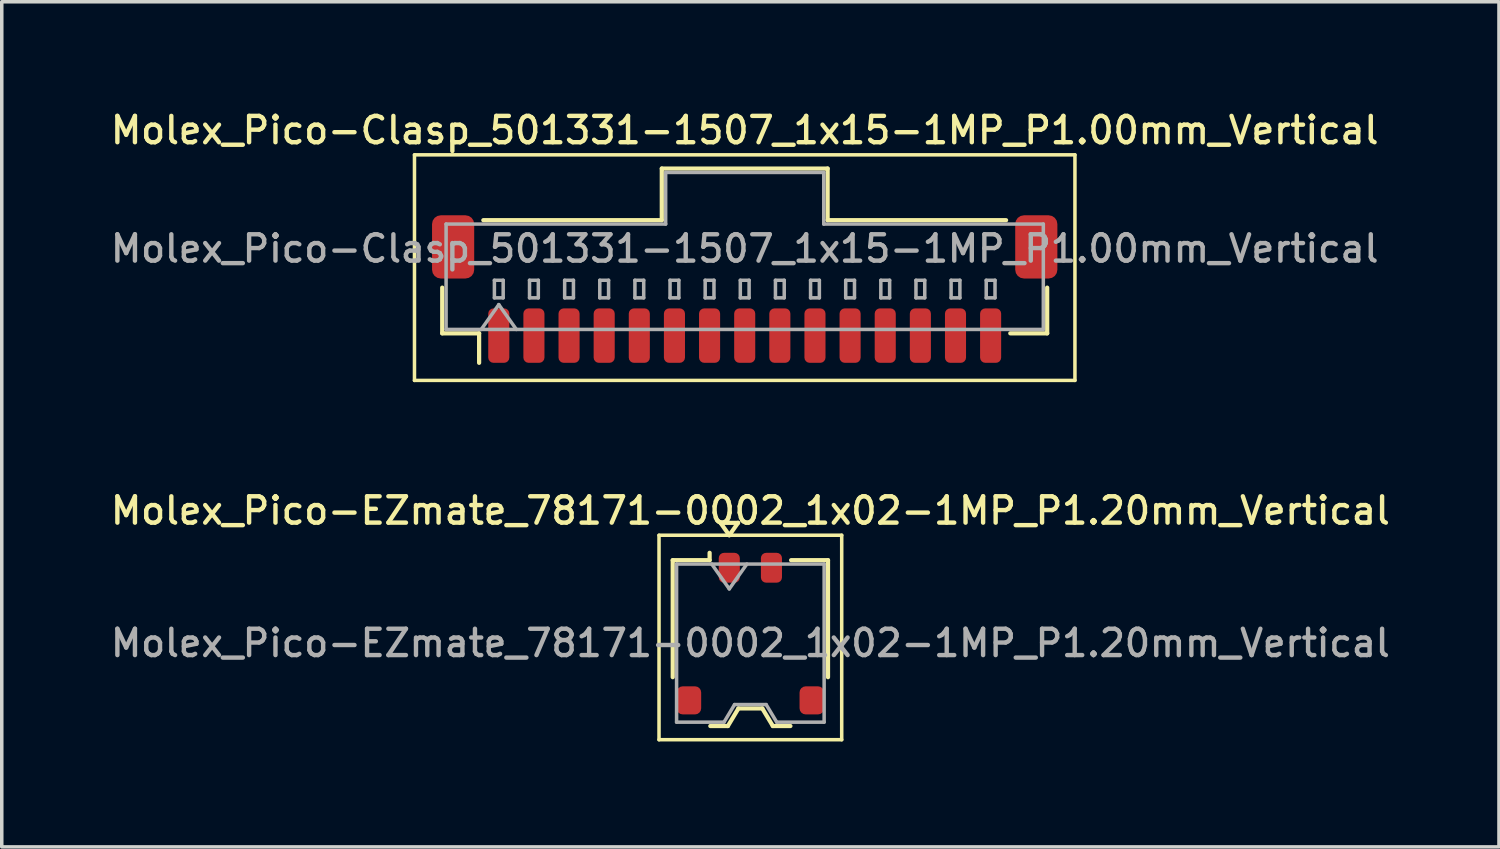
<source format=kicad_pcb>
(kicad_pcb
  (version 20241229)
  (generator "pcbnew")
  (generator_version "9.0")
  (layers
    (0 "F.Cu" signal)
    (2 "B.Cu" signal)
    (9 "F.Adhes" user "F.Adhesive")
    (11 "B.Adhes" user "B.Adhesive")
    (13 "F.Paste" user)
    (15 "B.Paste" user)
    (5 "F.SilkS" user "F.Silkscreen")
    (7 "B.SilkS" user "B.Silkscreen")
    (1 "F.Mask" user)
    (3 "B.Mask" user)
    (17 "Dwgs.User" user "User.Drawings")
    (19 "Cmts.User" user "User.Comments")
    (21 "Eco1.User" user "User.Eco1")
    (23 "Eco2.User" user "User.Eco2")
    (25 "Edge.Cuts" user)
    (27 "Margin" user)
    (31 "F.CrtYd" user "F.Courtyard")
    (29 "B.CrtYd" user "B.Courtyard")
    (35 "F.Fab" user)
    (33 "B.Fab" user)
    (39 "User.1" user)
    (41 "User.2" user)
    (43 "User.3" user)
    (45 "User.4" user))
  (footprint "Molex_Pico-Clasp_501331-1507_1x15-1MP_P1.00mm_Vertical"
    (layer "F.Cu")
    (at 18.148 5.178)
    (property "Reference" "Molex_Pico-Clasp_501331-1507_1x15-1MP_P1.00mm_Vertical" (at 0 -4.52 0) (layer "F.SilkS") (effects (font (size 0.75 0.75) (thickness 0.125))))
    (attr smd)
    (fp_line (start -9.4 -3.82) (end -9.4 2.6) (stroke (width 0.1) (type solid)) (layer "F.SilkS"))
    (fp_line (start -9.4 2.6) (end 9.4 2.6) (stroke (width 0.1) (type solid)) (layer "F.SilkS"))
    (fp_line (start -8.61 -0.04) (end -8.61 1.26) (stroke (width 0.12) (type solid)) (layer "F.SilkS"))
    (fp_line (start -8.61 1.26) (end -7.56 1.26) (stroke (width 0.12) (type solid)) (layer "F.SilkS"))
    (fp_line (start -7.56 1.26) (end -7.56 2.1) (stroke (width 0.12) (type solid)) (layer "F.SilkS"))
    (fp_line (start -7.44 -1.96) (end -2.36 -1.96) (stroke (width 0.12) (type solid)) (layer "F.SilkS"))
    (fp_line (start -2.36 -3.43) (end 2.36 -3.43) (stroke (width 0.12) (type solid)) (layer "F.SilkS"))
    (fp_line (start -2.36 -1.96) (end -2.36 -3.43) (stroke (width 0.12) (type solid)) (layer "F.SilkS"))
    (fp_line (start 2.36 -3.43) (end 2.36 -1.96) (stroke (width 0.12) (type solid)) (layer "F.SilkS"))
    (fp_line (start 2.36 -1.96) (end 7.44 -1.96) (stroke (width 0.12) (type solid)) (layer "F.SilkS"))
    (fp_line (start 8.61 -0.04) (end 8.61 1.26) (stroke (width 0.12) (type solid)) (layer "F.SilkS"))
    (fp_line (start 8.61 1.26) (end 7.56 1.26) (stroke (width 0.12) (type solid)) (layer "F.SilkS"))
    (fp_line (start 9.4 -3.82) (end -9.4 -3.82) (stroke (width 0.1) (type solid)) (layer "F.SilkS"))
    (fp_line (start 9.4 2.6) (end 9.4 -3.82) (stroke (width 0.1) (type solid)) (layer "F.SilkS"))
    (fp_line (start -8.5 -1.85) (end -2.25 -1.85) (stroke (width 0.1) (type solid)) (layer "F.Fab"))
    (fp_line (start -8.5 1.15) (end -8.5 -1.85) (stroke (width 0.1) (type solid)) (layer "F.Fab"))
    (fp_line (start -8.5 1.15) (end 8.5 1.15) (stroke (width 0.1) (type solid)) (layer "F.Fab"))
    (fp_line (start -7.5 1.15) (end -7 0.443) (stroke (width 0.1) (type solid)) (layer "F.Fab"))
    (fp_line (start -7.125 -0.25) (end -7.125 0.25) (stroke (width 0.1) (type solid)) (layer "F.Fab"))
    (fp_line (start -7.125 0.25) (end -6.875 0.25) (stroke (width 0.1) (type solid)) (layer "F.Fab"))
    (fp_line (start -7 0.443) (end -6.5 1.15) (stroke (width 0.1) (type solid)) (layer "F.Fab"))
    (fp_line (start -6.875 -0.25) (end -7.125 -0.25) (stroke (width 0.1) (type solid)) (layer "F.Fab"))
    (fp_line (start -6.875 0.25) (end -6.875 -0.25) (stroke (width 0.1) (type solid)) (layer "F.Fab"))
    (fp_line (start -6.125 -0.25) (end -6.125 0.25) (stroke (width 0.1) (type solid)) (layer "F.Fab"))
    (fp_line (start -6.125 0.25) (end -5.875 0.25) (stroke (width 0.1) (type solid)) (layer "F.Fab"))
    (fp_line (start -5.875 -0.25) (end -6.125 -0.25) (stroke (width 0.1) (type solid)) (layer "F.Fab"))
    (fp_line (start -5.875 0.25) (end -5.875 -0.25) (stroke (width 0.1) (type solid)) (layer "F.Fab"))
    (fp_line (start -5.125 -0.25) (end -5.125 0.25) (stroke (width 0.1) (type solid)) (layer "F.Fab"))
    (fp_line (start -5.125 0.25) (end -4.875 0.25) (stroke (width 0.1) (type solid)) (layer "F.Fab"))
    (fp_line (start -4.875 -0.25) (end -5.125 -0.25) (stroke (width 0.1) (type solid)) (layer "F.Fab"))
    (fp_line (start -4.875 0.25) (end -4.875 -0.25) (stroke (width 0.1) (type solid)) (layer "F.Fab"))
    (fp_line (start -4.125 -0.25) (end -4.125 0.25) (stroke (width 0.1) (type solid)) (layer "F.Fab"))
    (fp_line (start -4.125 0.25) (end -3.875 0.25) (stroke (width 0.1) (type solid)) (layer "F.Fab"))
    (fp_line (start -3.875 -0.25) (end -4.125 -0.25) (stroke (width 0.1) (type solid)) (layer "F.Fab"))
    (fp_line (start -3.875 0.25) (end -3.875 -0.25) (stroke (width 0.1) (type solid)) (layer "F.Fab"))
    (fp_line (start -3.125 -0.25) (end -3.125 0.25) (stroke (width 0.1) (type solid)) (layer "F.Fab"))
    (fp_line (start -3.125 0.25) (end -2.875 0.25) (stroke (width 0.1) (type solid)) (layer "F.Fab"))
    (fp_line (start -2.875 -0.25) (end -3.125 -0.25) (stroke (width 0.1) (type solid)) (layer "F.Fab"))
    (fp_line (start -2.875 0.25) (end -2.875 -0.25) (stroke (width 0.1) (type solid)) (layer "F.Fab"))
    (fp_line (start -2.25 -3.32) (end 2.25 -3.32) (stroke (width 0.1) (type solid)) (layer "F.Fab"))
    (fp_line (start -2.25 -1.85) (end -2.25 -3.32) (stroke (width 0.1) (type solid)) (layer "F.Fab"))
    (fp_line (start -2.125 -0.25) (end -2.125 0.25) (stroke (width 0.1) (type solid)) (layer "F.Fab"))
    (fp_line (start -2.125 0.25) (end -1.875 0.25) (stroke (width 0.1) (type solid)) (layer "F.Fab"))
    (fp_line (start -1.875 -0.25) (end -2.125 -0.25) (stroke (width 0.1) (type solid)) (layer "F.Fab"))
    (fp_line (start -1.875 0.25) (end -1.875 -0.25) (stroke (width 0.1) (type solid)) (layer "F.Fab"))
    (fp_line (start -1.125 -0.25) (end -1.125 0.25) (stroke (width 0.1) (type solid)) (layer "F.Fab"))
    (fp_line (start -1.125 0.25) (end -0.875 0.25) (stroke (width 0.1) (type solid)) (layer "F.Fab"))
    (fp_line (start -0.875 -0.25) (end -1.125 -0.25) (stroke (width 0.1) (type solid)) (layer "F.Fab"))
    (fp_line (start -0.875 0.25) (end -0.875 -0.25) (stroke (width 0.1) (type solid)) (layer "F.Fab"))
    (fp_line (start -0.125 -0.25) (end -0.125 0.25) (stroke (width 0.1) (type solid)) (layer "F.Fab"))
    (fp_line (start -0.125 0.25) (end 0.125 0.25) (stroke (width 0.1) (type solid)) (layer "F.Fab"))
    (fp_line (start 0.125 -0.25) (end -0.125 -0.25) (stroke (width 0.1) (type solid)) (layer "F.Fab"))
    (fp_line (start 0.125 0.25) (end 0.125 -0.25) (stroke (width 0.1) (type solid)) (layer "F.Fab"))
    (fp_line (start 0.875 -0.25) (end 0.875 0.25) (stroke (width 0.1) (type solid)) (layer "F.Fab"))
    (fp_line (start 0.875 0.25) (end 1.125 0.25) (stroke (width 0.1) (type solid)) (layer "F.Fab"))
    (fp_line (start 1.125 -0.25) (end 0.875 -0.25) (stroke (width 0.1) (type solid)) (layer "F.Fab"))
    (fp_line (start 1.125 0.25) (end 1.125 -0.25) (stroke (width 0.1) (type solid)) (layer "F.Fab"))
    (fp_line (start 1.875 -0.25) (end 1.875 0.25) (stroke (width 0.1) (type solid)) (layer "F.Fab"))
    (fp_line (start 1.875 0.25) (end 2.125 0.25) (stroke (width 0.1) (type solid)) (layer "F.Fab"))
    (fp_line (start 2.125 -0.25) (end 1.875 -0.25) (stroke (width 0.1) (type solid)) (layer "F.Fab"))
    (fp_line (start 2.125 0.25) (end 2.125 -0.25) (stroke (width 0.1) (type solid)) (layer "F.Fab"))
    (fp_line (start 2.25 -3.32) (end 2.25 -1.85) (stroke (width 0.1) (type solid)) (layer "F.Fab"))
    (fp_line (start 2.25 -1.85) (end 8.5 -1.85) (stroke (width 0.1) (type solid)) (layer "F.Fab"))
    (fp_line (start 2.875 -0.25) (end 2.875 0.25) (stroke (width 0.1) (type solid)) (layer "F.Fab"))
    (fp_line (start 2.875 0.25) (end 3.125 0.25) (stroke (width 0.1) (type solid)) (layer "F.Fab"))
    (fp_line (start 3.125 -0.25) (end 2.875 -0.25) (stroke (width 0.1) (type solid)) (layer "F.Fab"))
    (fp_line (start 3.125 0.25) (end 3.125 -0.25) (stroke (width 0.1) (type solid)) (layer "F.Fab"))
    (fp_line (start 3.875 -0.25) (end 3.875 0.25) (stroke (width 0.1) (type solid)) (layer "F.Fab"))
    (fp_line (start 3.875 0.25) (end 4.125 0.25) (stroke (width 0.1) (type solid)) (layer "F.Fab"))
    (fp_line (start 4.125 -0.25) (end 3.875 -0.25) (stroke (width 0.1) (type solid)) (layer "F.Fab"))
    (fp_line (start 4.125 0.25) (end 4.125 -0.25) (stroke (width 0.1) (type solid)) (layer "F.Fab"))
    (fp_line (start 4.875 -0.25) (end 4.875 0.25) (stroke (width 0.1) (type solid)) (layer "F.Fab"))
    (fp_line (start 4.875 0.25) (end 5.125 0.25) (stroke (width 0.1) (type solid)) (layer "F.Fab"))
    (fp_line (start 5.125 -0.25) (end 4.875 -0.25) (stroke (width 0.1) (type solid)) (layer "F.Fab"))
    (fp_line (start 5.125 0.25) (end 5.125 -0.25) (stroke (width 0.1) (type solid)) (layer "F.Fab"))
    (fp_line (start 5.875 -0.25) (end 5.875 0.25) (stroke (width 0.1) (type solid)) (layer "F.Fab"))
    (fp_line (start 5.875 0.25) (end 6.125 0.25) (stroke (width 0.1) (type solid)) (layer "F.Fab"))
    (fp_line (start 6.125 -0.25) (end 5.875 -0.25) (stroke (width 0.1) (type solid)) (layer "F.Fab"))
    (fp_line (start 6.125 0.25) (end 6.125 -0.25) (stroke (width 0.1) (type solid)) (layer "F.Fab"))
    (fp_line (start 6.875 -0.25) (end 6.875 0.25) (stroke (width 0.1) (type solid)) (layer "F.Fab"))
    (fp_line (start 6.875 0.25) (end 7.125 0.25) (stroke (width 0.1) (type solid)) (layer "F.Fab"))
    (fp_line (start 7.125 -0.25) (end 6.875 -0.25) (stroke (width 0.1) (type solid)) (layer "F.Fab"))
    (fp_line (start 7.125 0.25) (end 7.125 -0.25) (stroke (width 0.1) (type solid)) (layer "F.Fab"))
    (fp_line (start 8.5 1.15) (end 8.5 -1.85) (stroke (width 0.1) (type solid)) (layer "F.Fab"))
    (fp_text user "${REFERENCE}" (at 0 -1.15 0) (layer "F.Fab") (effects (font (size 0.75 0.75) (thickness 0.125))))
    (pad "1" smd roundrect (at -7 1.325) (size 0.6 1.55) (layers "F.Cu" "F.Mask" "F.Paste") (roundrect_rratio 0.25))
    (pad "2" smd roundrect (at -6 1.325) (size 0.6 1.55) (layers "F.Cu" "F.Mask" "F.Paste") (roundrect_rratio 0.25))
    (pad "3" smd roundrect (at -5 1.325) (size 0.6 1.55) (layers "F.Cu" "F.Mask" "F.Paste") (roundrect_rratio 0.25))
    (pad "4" smd roundrect (at -4 1.325) (size 0.6 1.55) (layers "F.Cu" "F.Mask" "F.Paste") (roundrect_rratio 0.25))
    (pad "5" smd roundrect (at -3 1.325) (size 0.6 1.55) (layers "F.Cu" "F.Mask" "F.Paste") (roundrect_rratio 0.25))
    (pad "6" smd roundrect (at -2 1.325) (size 0.6 1.55) (layers "F.Cu" "F.Mask" "F.Paste") (roundrect_rratio 0.25))
    (pad "7" smd roundrect (at -1 1.325) (size 0.6 1.55) (layers "F.Cu" "F.Mask" "F.Paste") (roundrect_rratio 0.25))
    (pad "8" smd roundrect (at 0 1.325) (size 0.6 1.55) (layers "F.Cu" "F.Mask" "F.Paste") (roundrect_rratio 0.25))
    (pad "9" smd roundrect (at 1 1.325) (size 0.6 1.55) (layers "F.Cu" "F.Mask" "F.Paste") (roundrect_rratio 0.25))
    (pad "10" smd roundrect (at 2 1.325) (size 0.6 1.55) (layers "F.Cu" "F.Mask" "F.Paste") (roundrect_rratio 0.25))
    (pad "11" smd roundrect (at 3 1.325) (size 0.6 1.55) (layers "F.Cu" "F.Mask" "F.Paste") (roundrect_rratio 0.25))
    (pad "12" smd roundrect (at 4 1.325) (size 0.6 1.55) (layers "F.Cu" "F.Mask" "F.Paste") (roundrect_rratio 0.25))
    (pad "13" smd roundrect (at 5 1.325) (size 0.6 1.55) (layers "F.Cu" "F.Mask" "F.Paste") (roundrect_rratio 0.25))
    (pad "14" smd roundrect (at 6 1.325) (size 0.6 1.55) (layers "F.Cu" "F.Mask" "F.Paste") (roundrect_rratio 0.25))
    (pad "15" smd roundrect (at 7 1.325) (size 0.6 1.55) (layers "F.Cu" "F.Mask" "F.Paste") (roundrect_rratio 0.25))
    (pad "MP" smd roundrect (at -8.3 -1.2) (size 1.2 1.8) (layers "F.Cu" "F.Mask" "F.Paste") (roundrect_rratio 0.208))
    (pad "MP" smd roundrect (at 8.3 -1.2) (size 1.2 1.8) (layers "F.Cu" "F.Mask" "F.Paste") (roundrect_rratio 0.208)))
  (footprint "Molex_Pico-EZmate_78171-0002_1x02-1MP_P1.20mm_Vertical"
    (layer "F.Cu")
    (at 18.309 14.986)
    (property "Reference" "Molex_Pico-EZmate_78171-0002_1x02-1MP_P1.20mm_Vertical" (at 0 -3.5 0) (layer "F.SilkS") (effects (font (size 0.75 0.75) (thickness 0.125))))
    (attr smd)
    (fp_line (start -2.6 -2.8) (end -2.6 3.02) (stroke (width 0.1) (type solid)) (layer "F.SilkS"))
    (fp_line (start -2.6 3.02) (end 2.6 3.02) (stroke (width 0.1) (type solid)) (layer "F.SilkS"))
    (fp_line (start -2.21 -2.09) (end -1.16 -2.09) (stroke (width 0.12) (type solid)) (layer "F.SilkS"))
    (fp_line (start -2.21 1.24) (end -2.21 -2.09) (stroke (width 0.12) (type solid)) (layer "F.SilkS"))
    (fp_line (start -1.16 -2.09) (end -1.16 -2.3) (stroke (width 0.12) (type solid)) (layer "F.SilkS"))
    (fp_line (start -1.14 2.63) (end -0.64 2.63) (stroke (width 0.12) (type solid)) (layer "F.SilkS"))
    (fp_line (start -0.85 -3.154) (end -0.6 -2.8) (stroke (width 0.12) (type solid)) (layer "F.SilkS"))
    (fp_line (start -0.64 2.63) (end -0.34 2.13) (stroke (width 0.12) (type solid)) (layer "F.SilkS"))
    (fp_line (start -0.6 -2.8) (end -0.35 -3.154) (stroke (width 0.12) (type solid)) (layer "F.SilkS"))
    (fp_line (start -0.35 -3.154) (end -0.85 -3.154) (stroke (width 0.12) (type solid)) (layer "F.SilkS"))
    (fp_line (start -0.34 2.13) (end 0.34 2.13) (stroke (width 0.12) (type solid)) (layer "F.SilkS"))
    (fp_line (start 0.34 2.13) (end 0.64 2.63) (stroke (width 0.12) (type solid)) (layer "F.SilkS"))
    (fp_line (start 0.64 2.63) (end 1.14 2.63) (stroke (width 0.12) (type solid)) (layer "F.SilkS"))
    (fp_line (start 2.21 -2.09) (end 1.16 -2.09) (stroke (width 0.12) (type solid)) (layer "F.SilkS"))
    (fp_line (start 2.21 1.24) (end 2.21 -2.09) (stroke (width 0.12) (type solid)) (layer "F.SilkS"))
    (fp_line (start 2.6 -2.8) (end -2.6 -2.8) (stroke (width 0.1) (type solid)) (layer "F.SilkS"))
    (fp_line (start 2.6 3.02) (end 2.6 -2.8) (stroke (width 0.1) (type solid)) (layer "F.SilkS"))
    (fp_line (start -2.1 -1.98) (end -2.1 2.52) (stroke (width 0.1) (type solid)) (layer "F.Fab"))
    (fp_line (start -2.1 -1.98) (end 2.1 -1.98) (stroke (width 0.1) (type solid)) (layer "F.Fab"))
    (fp_line (start -2.1 2.52) (end -0.75 2.52) (stroke (width 0.1) (type solid)) (layer "F.Fab"))
    (fp_line (start -1.1 -1.98) (end -0.6 -1.273) (stroke (width 0.1) (type solid)) (layer "F.Fab"))
    (fp_line (start -0.75 2.52) (end -0.45 2.02) (stroke (width 0.1) (type solid)) (layer "F.Fab"))
    (fp_line (start -0.6 -1.273) (end -0.1 -1.98) (stroke (width 0.1) (type solid)) (layer "F.Fab"))
    (fp_line (start -0.45 2.02) (end 0.45 2.02) (stroke (width 0.1) (type solid)) (layer "F.Fab"))
    (fp_line (start 0.45 2.02) (end 0.75 2.52) (stroke (width 0.1) (type solid)) (layer "F.Fab"))
    (fp_line (start 0.75 2.52) (end 2.1 2.52) (stroke (width 0.1) (type solid)) (layer "F.Fab"))
    (fp_line (start 2.1 -1.98) (end 2.1 2.52) (stroke (width 0.1) (type solid)) (layer "F.Fab"))
    (fp_text user "${REFERENCE}" (at 0 0.27 0) (layer "F.Fab") (effects (font (size 0.75 0.75) (thickness 0.125))))
    (pad "1" smd roundrect (at -0.6 -1.875) (size 0.6 0.85) (layers "F.Cu" "F.Mask" "F.Paste") (roundrect_rratio 0.25))
    (pad "2" smd roundrect (at 0.6 -1.875) (size 0.6 0.85) (layers "F.Cu" "F.Mask" "F.Paste") (roundrect_rratio 0.25))
    (pad "MP" smd roundrect (at -1.75 1.9) (size 0.7 0.8) (layers "F.Cu" "F.Mask" "F.Paste") (roundrect_rratio 0.25))
    (pad "MP" smd roundrect (at 1.75 1.9) (size 0.7 0.8) (layers "F.Cu" "F.Mask" "F.Paste") (roundrect_rratio 0.25)))
  (gr_rect
    (start -3 -3)
    (end 39.618 21.056)
    (stroke (width 0.1) (type default))
    (fill no)
    (layer "Edge.Cuts")))
</source>
